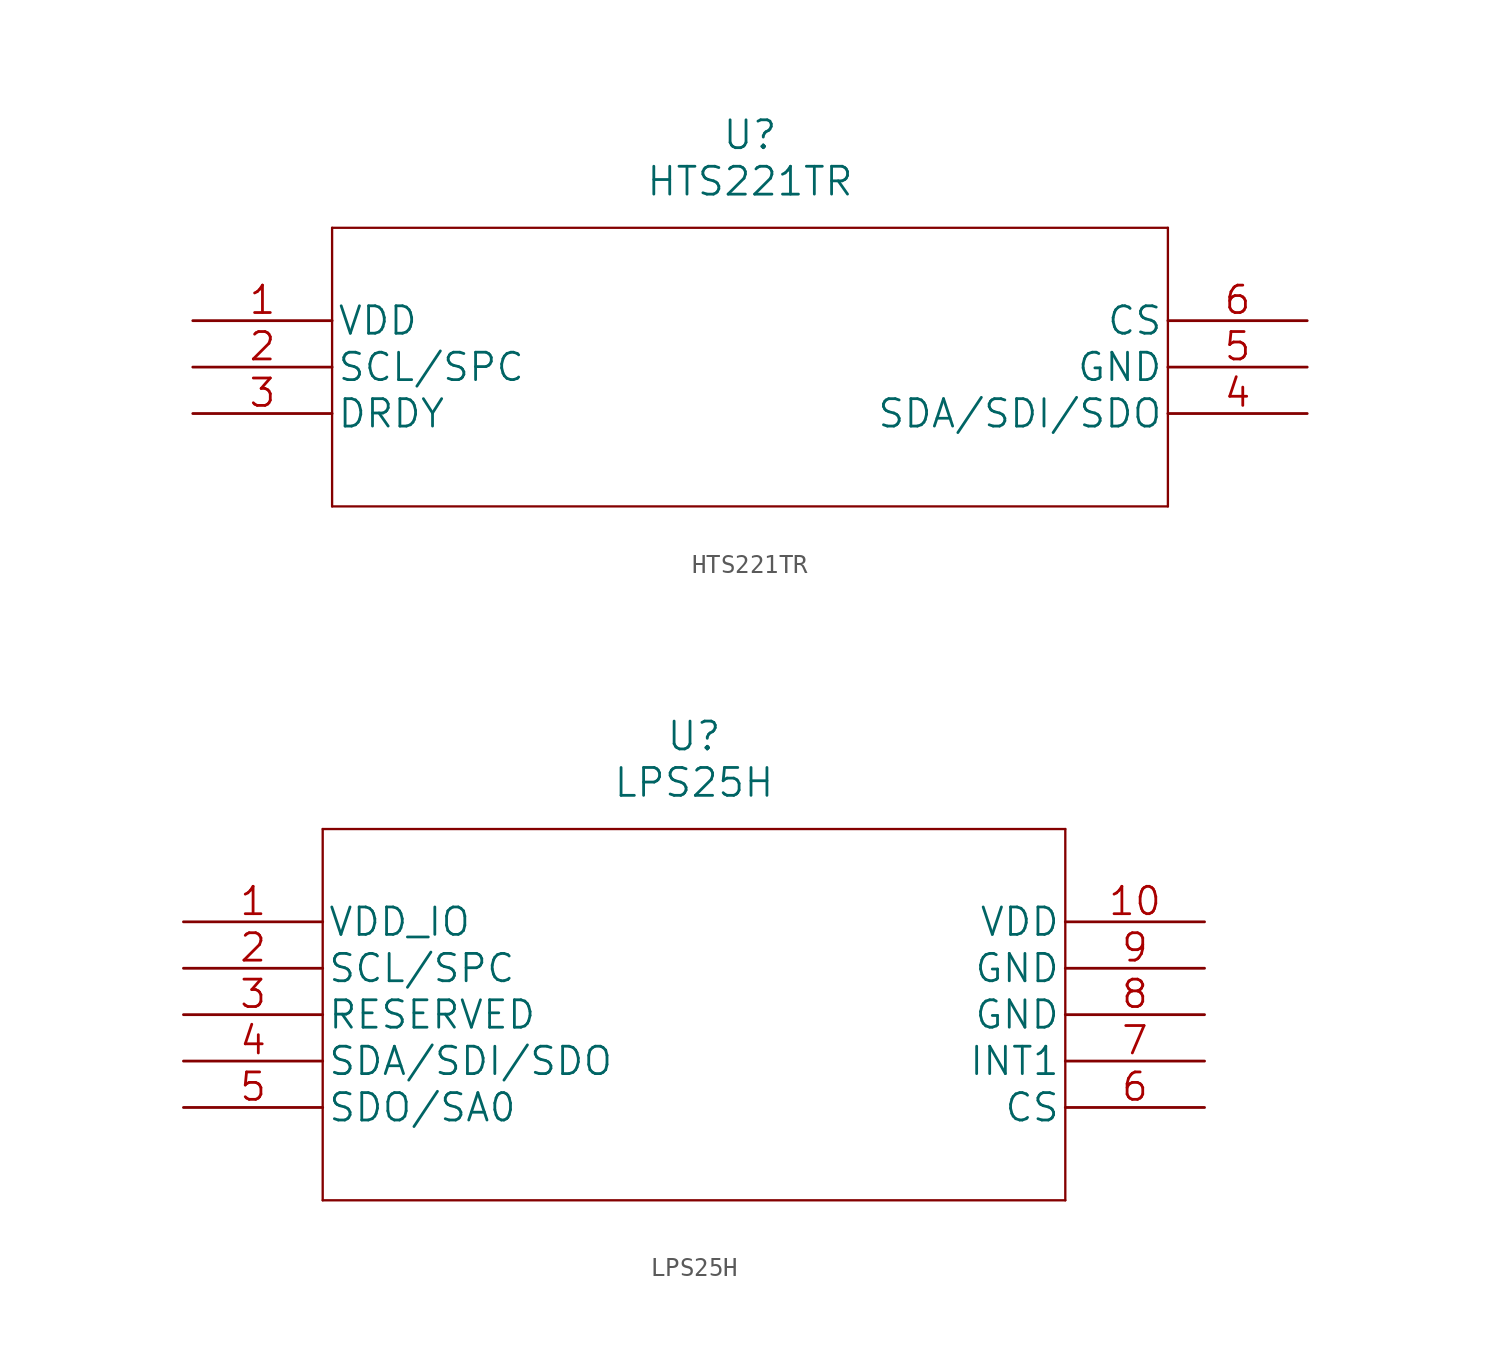
<source format=kicad_sym>
(kicad_symbol_lib
  (version 20211014)
  (generator kicad_symbol_editor)
  (symbol "HTS221TR"
    (pin_names
      (offset 0.254))
    (property "Reference" "U"
      (at 30.48 10.16 0)
      (effects (font (size 1.524 1.524))))
    (property "Value" "HTS221TR"
      (at 30.48 7.62 0)
      (effects (font (size 1.524 1.524))))
    (property "Datasheet" ""
      (at 0 0 0)
      (effects (font (size 1.524 1.524))))
    (property "ki_locked" ""
      (at 0 0 0)
      (effects (font (size 1.27 1.27))))
    (symbol "HTS221TR_1_1"
      (polyline (pts (xy 7.62 -10.16) (xy 53.34 -10.16)) (stroke (width 0.127) (type default) (color 0 0 0 0)) (fill (type none)))
      (polyline (pts (xy 7.62 5.08) (xy 7.62 -10.16)) (stroke (width 0.127) (type default) (color 0 0 0 0)) (fill (type none)))
      (polyline (pts (xy 53.34 -10.16) (xy 53.34 5.08)) (stroke (width 0.127) (type default) (color 0 0 0 0)) (fill (type none)))
      (polyline (pts (xy 53.34 5.08) (xy 7.62 5.08)) (stroke (width 0.127) (type default) (color 0 0 0 0)) (fill (type none)))
      (pin power_in line (at 0 0 0) (length 7.62) (name "VDD" (effects (font (size 1.499 1.499)))) (number "1" (effects (font (size 1.499 1.499)))))
      (pin unspecified line (at 0 -2.54 0) (length 7.62) (name "SCL/SPC" (effects (font (size 1.499 1.499)))) (number "2" (effects (font (size 1.499 1.499)))))
      (pin unspecified line (at 0 -5.08 0) (length 7.62) (name "DRDY" (effects (font (size 1.499 1.499)))) (number "3" (effects (font (size 1.499 1.499)))))
      (pin unspecified line (at 60.96 -5.08 180) (length 7.62) (name "SDA/SDI/SDO" (effects (font (size 1.499 1.499)))) (number "4" (effects (font (size 1.499 1.499)))))
      (pin power_in line (at 60.96 -2.54 180) (length 7.62) (name "GND" (effects (font (size 1.499 1.499)))) (number "5" (effects (font (size 1.499 1.499)))))
      (pin unspecified line (at 60.96 0 180) (length 7.62) (name "CS" (effects (font (size 1.499 1.499)))) (number "6" (effects (font (size 1.499 1.499)))))))
  (symbol "LPS25H"
    (pin_names
      (offset 0.254))
    (property "Reference" "U"
      (at 27.94 10.16 0)
      (effects (font (size 1.524 1.524))))
    (property "Value" "LPS25H"
      (at 27.94 7.62 0)
      (effects (font (size 1.524 1.524))))
    (property "Datasheet" ""
      (at 0 0 0)
      (effects (font (size 1.524 1.524))))
    (property "ki_locked" ""
      (at 0 0 0)
      (effects (font (size 1.27 1.27))))
    (symbol "LPS25H_1_1"
      (polyline (pts (xy 7.62 -15.24) (xy 48.26 -15.24)) (stroke (width 0.127) (type default) (color 0 0 0 0)) (fill (type none)))
      (polyline (pts (xy 7.62 5.08) (xy 7.62 -15.24)) (stroke (width 0.127) (type default) (color 0 0 0 0)) (fill (type none)))
      (polyline (pts (xy 48.26 -15.24) (xy 48.26 5.08)) (stroke (width 0.127) (type default) (color 0 0 0 0)) (fill (type none)))
      (polyline (pts (xy 48.26 5.08) (xy 7.62 5.08)) (stroke (width 0.127) (type default) (color 0 0 0 0)) (fill (type none)))
      (pin power_in line (at 0 0 0) (length 7.62) (name "VDD_IO" (effects (font (size 1.499 1.499)))) (number "1" (effects (font (size 1.499 1.499)))))
      (pin power_in line (at 55.88 0 180) (length 7.62) (name "VDD" (effects (font (size 1.499 1.499)))) (number "10" (effects (font (size 1.499 1.499)))))
      (pin bidirectional line (at 0 -2.54 0) (length 7.62) (name "SCL/SPC" (effects (font (size 1.499 1.499)))) (number "2" (effects (font (size 1.499 1.499)))))
      (pin power_in line (at 0 -5.08 0) (length 7.62) (name "RESERVED" (effects (font (size 1.499 1.499)))) (number "3" (effects (font (size 1.499 1.499)))))
      (pin bidirectional line (at 0 -7.62 0) (length 7.62) (name "SDA/SDI/SDO" (effects (font (size 1.499 1.499)))) (number "4" (effects (font (size 1.499 1.499)))))
      (pin bidirectional line (at 0 -10.16 0) (length 7.62) (name "SDO/SA0" (effects (font (size 1.499 1.499)))) (number "5" (effects (font (size 1.499 1.499)))))
      (pin input line (at 55.88 -10.16 180) (length 7.62) (name "CS" (effects (font (size 1.499 1.499)))) (number "6" (effects (font (size 1.499 1.499)))))
      (pin output line (at 55.88 -7.62 180) (length 7.62) (name "INT1" (effects (font (size 1.499 1.499)))) (number "7" (effects (font (size 1.499 1.499)))))
      (pin power_in line (at 55.88 -5.08 180) (length 7.62) (name "GND" (effects (font (size 1.499 1.499)))) (number "8" (effects (font (size 1.499 1.499)))))
      (pin power_in line (at 55.88 -2.54 180) (length 7.62) (name "GND" (effects (font (size 1.499 1.499)))) (number "9" (effects (font (size 1.499 1.499))))))))
</source>
